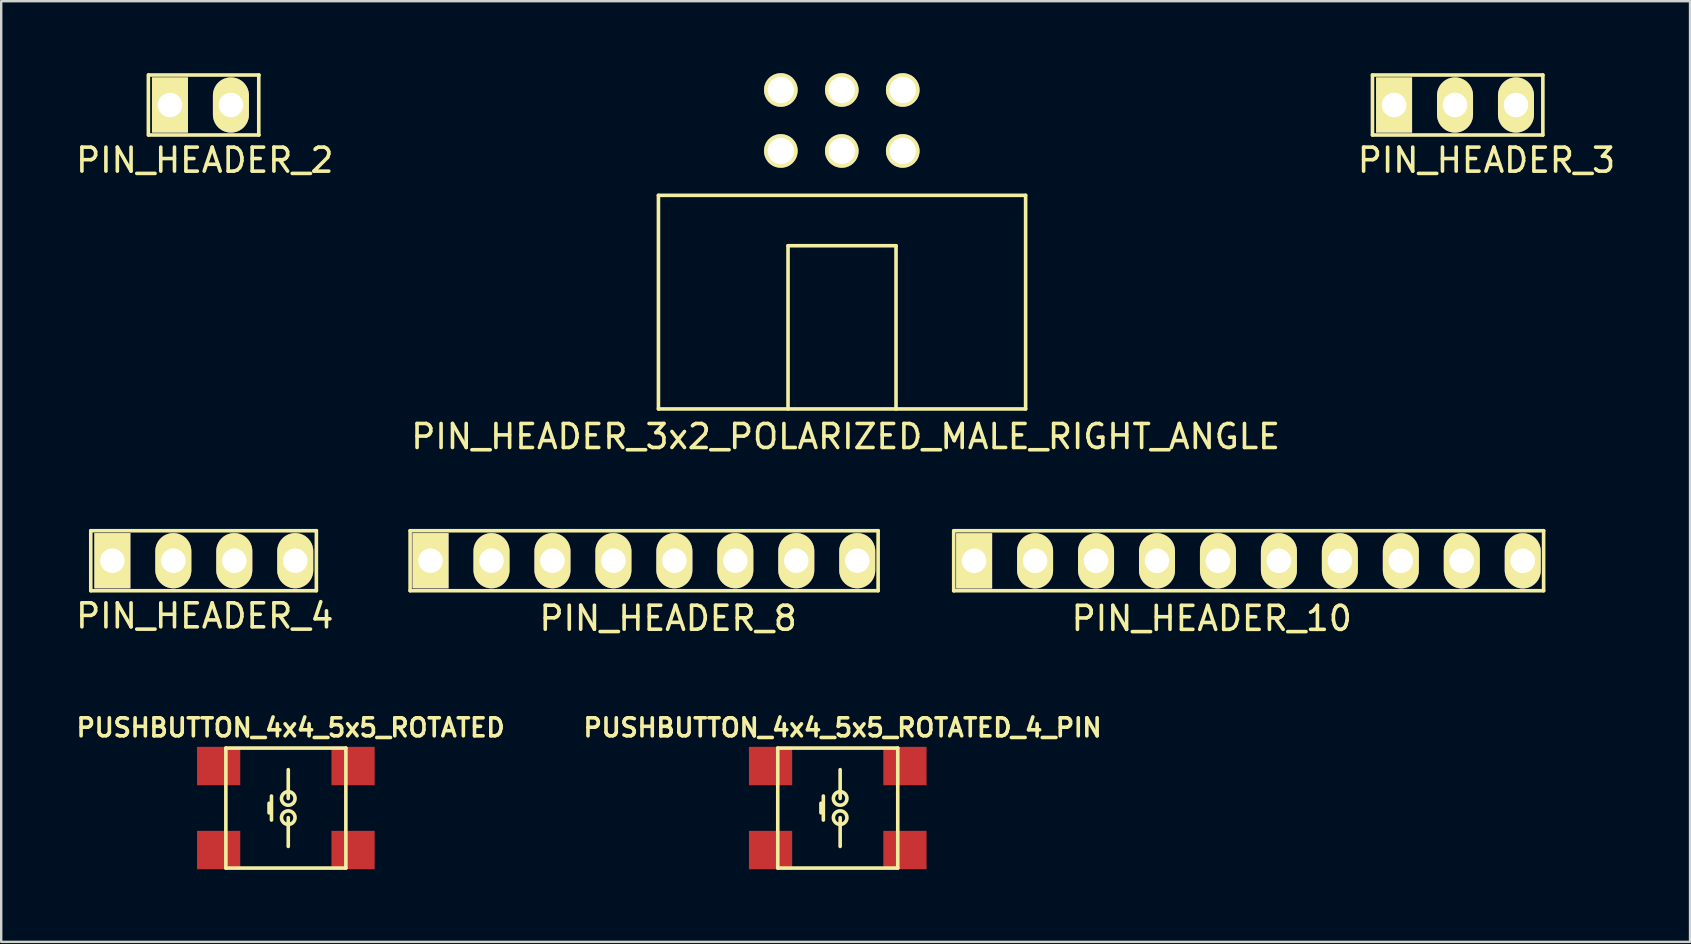
<source format=kicad_pcb>
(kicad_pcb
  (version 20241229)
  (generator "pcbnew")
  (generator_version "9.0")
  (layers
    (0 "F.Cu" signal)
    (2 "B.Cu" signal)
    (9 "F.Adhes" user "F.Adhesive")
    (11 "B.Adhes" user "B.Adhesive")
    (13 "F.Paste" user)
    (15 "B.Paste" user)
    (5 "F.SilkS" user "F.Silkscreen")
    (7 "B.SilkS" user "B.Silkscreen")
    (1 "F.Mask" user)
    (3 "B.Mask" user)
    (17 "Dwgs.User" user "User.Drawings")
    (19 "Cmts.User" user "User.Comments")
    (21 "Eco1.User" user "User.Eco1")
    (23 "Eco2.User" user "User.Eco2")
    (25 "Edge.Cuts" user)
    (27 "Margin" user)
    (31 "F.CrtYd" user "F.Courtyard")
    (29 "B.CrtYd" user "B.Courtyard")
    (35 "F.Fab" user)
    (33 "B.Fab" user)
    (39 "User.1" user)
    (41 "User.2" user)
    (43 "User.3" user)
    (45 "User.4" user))
  (footprint "PIN_HEADER_2"
    (layer "F.Cu")
    (at 1.632 1.325)
    (property "Reference" "PIN_HEADER_2" (at 3.85 2.3 0) (layer "F.SilkS") (effects (font (size 1 1) (thickness 0.15))))
    (attr through_hole)
    (fp_line (start 1.5 -1.25) (end 1.5 1.25) (stroke (width 0.15) (type solid)) (layer "F.SilkS"))
    (fp_line (start 1.51 1.25) (end 6.11 1.25) (stroke (width 0.15) (type solid)) (layer "F.SilkS"))
    (fp_line (start 6.1 1.25) (end 6.1 -1.25) (stroke (width 0.15) (type solid)) (layer "F.SilkS"))
    (fp_line (start 6.11 -1.25) (end 1.51 -1.25) (stroke (width 0.15) (type solid)) (layer "F.SilkS"))
    (pad "1" thru_hole rect (at 2.4 0) (size 1.5 2.3) (drill 1.02) (layers "*.Cu" "*.Mask" "F.SilkS"))
    (pad "2" thru_hole oval (at 4.94 0) (size 1.5 2.3) (drill 1.02) (layers "*.Cu" "*.Mask" "F.SilkS")))
  (footprint "PUSHBUTTON_4x4_5x5_ROTATED_4_PIN"
    (layer "F.Cu")
    (at 31.857 30.619)
    (property "Reference" "PUSHBUTTON_4x4_5x5_ROTATED_4_PIN" (at 0.2 -3.35 0) (layer "F.SilkS") (effects (font (size 0.75 0.75) (thickness 0.15))))
    (attr through_hole)
    (fp_line (start -2.5 -2.5) (end -2.5 2.5) (stroke (width 0.15) (type solid)) (layer "F.SilkS"))
    (fp_line (start -2.5 2.5) (end 2.5 2.5) (stroke (width 0.15) (type solid)) (layer "F.SilkS"))
    (fp_line (start -0.7 0.2) (end -0.7 -0.2) (stroke (width 0.15) (type solid)) (layer "F.SilkS"))
    (fp_line (start -0.6 0.5) (end -0.6 -0.5) (stroke (width 0.15) (type solid)) (layer "F.SilkS"))
    (fp_line (start 0.1 -0.4) (end 0.1 -1.6) (stroke (width 0.15) (type solid)) (layer "F.SilkS"))
    (fp_line (start 0.1 1.6) (end 0.1 0.4) (stroke (width 0.15) (type solid)) (layer "F.SilkS"))
    (fp_line (start 2.5 -2.5) (end -2.5 -2.5) (stroke (width 0.15) (type solid)) (layer "F.SilkS"))
    (fp_line (start 2.5 2.5) (end 2.5 -2.5) (stroke (width 0.15) (type solid)) (layer "F.SilkS"))
    (fp_circle (center 0.1 -0.4) (end 0.3 -0.6) (stroke (width 0.15) (type solid)) (fill no) (layer "F.SilkS"))
    (fp_circle (center 0.1 0.4) (end 0.3 0.2) (stroke (width 0.15) (type solid)) (fill no) (layer "F.SilkS"))
    (pad "1" smd rect (at -2.8 1.75) (size 1.8 1.6) (layers "F.Cu" "F.Mask" "F.Paste"))
    (pad "2" smd rect (at 2.8 1.75) (size 1.8 1.6) (layers "F.Cu" "F.Mask" "F.Paste"))
    (pad "3" smd rect (at 2.8 -1.75) (size 1.8 1.6) (layers "F.Cu" "F.Mask" "F.Paste"))
    (pad "4" smd rect (at -2.8 -1.75) (size 1.8 1.6) (layers "F.Cu" "F.Mask" "F.Paste")))
  (footprint "PIN_HEADER_3x2_POLARIZED_MALE_RIGHT_ANGLE"
    (layer "F.Cu")
    (at 29.485 3.24)
    (property "Reference" "PIN_HEADER_3x2_POLARIZED_MALE_RIGHT_ANGLE" (at 2.7 11.9 0) (layer "F.SilkS") (effects (font (size 1 1) (thickness 0.15))))
    (attr through_hole)
    (fp_line (start -5.1 1.85) (end -5.1 10.75) (stroke (width 0.15) (type solid)) (layer "F.SilkS"))
    (fp_line (start -5.1 10.75) (end 10.2 10.75) (stroke (width 0.15) (type solid)) (layer "F.SilkS"))
    (fp_line (start 0.3 3.95) (end 0.3 10.75) (stroke (width 0.15) (type solid)) (layer "F.SilkS"))
    (fp_line (start 0.3 3.95) (end 4.8 3.95) (stroke (width 0.15) (type solid)) (layer "F.SilkS"))
    (fp_line (start 4.8 3.95) (end 4.8 10.75) (stroke (width 0.15) (type solid)) (layer "F.SilkS"))
    (fp_line (start 10.2 1.85) (end -5.1 1.85) (stroke (width 0.15) (type solid)) (layer "F.SilkS"))
    (fp_line (start 10.2 10.75) (end 10.2 1.85) (stroke (width 0.15) (type solid)) (layer "F.SilkS"))
    (pad "1" thru_hole circle (at 5.08 -2.54) (size 1.4 1.4) (drill 1.1) (layers "*.Cu" "*.Mask" "F.SilkS"))
    (pad "2" thru_hole circle (at 5.08 0) (size 1.4 1.4) (drill 1.1) (layers "*.Cu" "*.Mask" "F.SilkS"))
    (pad "3" thru_hole circle (at 2.54 -2.54) (size 1.4 1.4) (drill 1.1) (layers "*.Cu" "*.Mask" "F.SilkS"))
    (pad "4" thru_hole circle (at 2.54 0) (size 1.4 1.4) (drill 1.1) (layers "*.Cu" "*.Mask" "F.SilkS"))
    (pad "5" thru_hole circle (at 0 -2.54) (size 1.4 1.4) (drill 1.1) (layers "*.Cu" "*.Mask" "F.SilkS"))
    (pad "6" thru_hole circle (at 0 0) (size 1.4 1.4) (drill 1.1) (layers "*.Cu" "*.Mask" "F.SilkS")))
  (footprint "PIN_HEADER_10"
    (layer "F.Cu")
    (at 37.539 20.318)
    (property "Reference" "PIN_HEADER_10" (at 9.9 2.4 0) (layer "F.SilkS") (effects (font (size 1 1) (thickness 0.15))))
    (attr through_hole)
    (fp_line (start -0.85 -1.25) (end -0.85 1.25) (stroke (width 0.15) (type solid)) (layer "F.SilkS"))
    (fp_line (start -0.85 1.245) (end 23.73 1.245) (stroke (width 0.15) (type solid)) (layer "F.SilkS"))
    (fp_line (start 23.73 -1.255) (end -0.85 -1.255) (stroke (width 0.15) (type solid)) (layer "F.SilkS"))
    (fp_line (start 23.73 1.245) (end 23.73 -1.255) (stroke (width 0.15) (type solid)) (layer "F.SilkS"))
    (pad "1" thru_hole rect (at 0 0) (size 1.5 2.3) (drill 1.02) (layers "*.Cu" "*.Mask" "F.SilkS"))
    (pad "2" thru_hole oval (at 2.54 0) (size 1.5 2.3) (drill 1.02) (layers "*.Cu" "*.Mask" "F.SilkS"))
    (pad "3" thru_hole oval (at 5.08 0) (size 1.5 2.3) (drill 1.02) (layers "*.Cu" "*.Mask" "F.SilkS"))
    (pad "4" thru_hole oval (at 7.62 0) (size 1.5 2.3) (drill 1.02) (layers "*.Cu" "*.Mask" "F.SilkS"))
    (pad "5" thru_hole oval (at 10.16 0) (size 1.5 2.3) (drill 1.02) (layers "*.Cu" "*.Mask" "F.SilkS"))
    (pad "6" thru_hole oval (at 12.7 0) (size 1.5 2.3) (drill 1.02) (layers "*.Cu" "*.Mask" "F.SilkS"))
    (pad "7" thru_hole oval (at 15.24 0) (size 1.5 2.3) (drill 1.02) (layers "*.Cu" "*.Mask" "F.SilkS"))
    (pad "8" thru_hole oval (at 17.78 0) (size 1.5 2.3) (drill 1.02) (layers "*.Cu" "*.Mask" "F.SilkS"))
    (pad "9" thru_hole oval (at 20.32 0) (size 1.5 2.3) (drill 1.02) (layers "*.Cu" "*.Mask" "F.SilkS"))
    (pad "10" thru_hole oval (at 22.86 0) (size 1.5 2.3) (drill 1.02) (layers "*.Cu" "*.Mask" "F.SilkS")))
  (footprint "PIN_HEADER_4"
    (layer "F.Cu")
    (at 1.632 20.313)
    (property "Reference" "PIN_HEADER_4" (at 3.85 2.3 0) (layer "F.SilkS") (effects (font (size 1 1) (thickness 0.15))))
    (attr through_hole)
    (fp_line (start -0.9 -1.25) (end -0.9 1.25) (stroke (width 0.15) (type solid)) (layer "F.SilkS"))
    (fp_line (start -0.9 1.25) (end 8.5 1.25) (stroke (width 0.15) (type solid)) (layer "F.SilkS"))
    (fp_line (start 8.5 -1.25) (end -0.9 -1.25) (stroke (width 0.15) (type solid)) (layer "F.SilkS"))
    (fp_line (start 8.5 1.25) (end 8.5 -1.25) (stroke (width 0.15) (type solid)) (layer "F.SilkS"))
    (pad "1" thru_hole rect (at 0 0) (size 1.5 2.3) (drill 1.02) (layers "*.Cu" "*.Mask" "F.SilkS"))
    (pad "2" thru_hole oval (at 2.54 0) (size 1.5 2.3) (drill 1.02) (layers "*.Cu" "*.Mask" "F.SilkS"))
    (pad "3" thru_hole oval (at 5.08 0) (size 1.5 2.3) (drill 1.02) (layers "*.Cu" "*.Mask" "F.SilkS"))
    (pad "4" thru_hole oval (at 7.62 0) (size 1.5 2.3) (drill 1.02) (layers "*.Cu" "*.Mask" "F.SilkS")))
  (footprint "PUSHBUTTON_4x4_5x5_ROTATED"
    (layer "F.Cu")
    (at 8.861 30.619)
    (property "Reference" "PUSHBUTTON_4x4_5x5_ROTATED" (at 0.2 -3.35 0) (layer "F.SilkS") (effects (font (size 0.75 0.75) (thickness 0.15))))
    (attr through_hole)
    (fp_line (start -2.5 -2.5) (end -2.5 2.5) (stroke (width 0.15) (type solid)) (layer "F.SilkS"))
    (fp_line (start -2.5 2.5) (end 2.5 2.5) (stroke (width 0.15) (type solid)) (layer "F.SilkS"))
    (fp_line (start -0.7 0.2) (end -0.7 -0.2) (stroke (width 0.15) (type solid)) (layer "F.SilkS"))
    (fp_line (start -0.6 0.5) (end -0.6 -0.5) (stroke (width 0.15) (type solid)) (layer "F.SilkS"))
    (fp_line (start 0.1 -0.4) (end 0.1 -1.6) (stroke (width 0.15) (type solid)) (layer "F.SilkS"))
    (fp_line (start 0.1 1.6) (end 0.1 0.4) (stroke (width 0.15) (type solid)) (layer "F.SilkS"))
    (fp_line (start 2.5 -2.5) (end -2.5 -2.5) (stroke (width 0.15) (type solid)) (layer "F.SilkS"))
    (fp_line (start 2.5 2.5) (end 2.5 -2.5) (stroke (width 0.15) (type solid)) (layer "F.SilkS"))
    (fp_circle (center 0.1 -0.4) (end 0.3 -0.6) (stroke (width 0.15) (type solid)) (fill no) (layer "F.SilkS"))
    (fp_circle (center 0.1 0.4) (end 0.3 0.2) (stroke (width 0.15) (type solid)) (fill no) (layer "F.SilkS"))
    (pad "1" smd rect (at -2.8 1.75) (size 1.8 1.6) (layers "F.Cu" "F.Mask" "F.Paste"))
    (pad "1" smd rect (at 2.8 1.75) (size 1.8 1.6) (layers "F.Cu" "F.Mask" "F.Paste"))
    (pad "2" smd rect (at -2.8 -1.75) (size 1.8 1.6) (layers "F.Cu" "F.Mask" "F.Paste"))
    (pad "2" smd rect (at 2.8 -1.75) (size 1.8 1.6) (layers "F.Cu" "F.Mask" "F.Paste")))
  (footprint "PIN_HEADER_8"
    (layer "F.Cu")
    (at 14.889 20.313)
    (property "Reference" "PIN_HEADER_8" (at 9.9 2.4 0) (layer "F.SilkS") (effects (font (size 1 1) (thickness 0.15))))
    (attr through_hole)
    (fp_line (start -0.85 -1.25) (end -0.85 1.25) (stroke (width 0.15) (type solid)) (layer "F.SilkS"))
    (fp_line (start -0.85 1.25) (end 18.65 1.25) (stroke (width 0.15) (type solid)) (layer "F.SilkS"))
    (fp_line (start 18.65 -1.25) (end -0.85 -1.25) (stroke (width 0.15) (type solid)) (layer "F.SilkS"))
    (fp_line (start 18.65 1.25) (end 18.65 -1.25) (stroke (width 0.15) (type solid)) (layer "F.SilkS"))
    (pad "1" thru_hole rect (at 0 0) (size 1.5 2.3) (drill 1.02) (layers "*.Cu" "*.Mask" "F.SilkS"))
    (pad "2" thru_hole oval (at 2.54 0) (size 1.5 2.3) (drill 1.02) (layers "*.Cu" "*.Mask" "F.SilkS"))
    (pad "3" thru_hole oval (at 5.08 0) (size 1.5 2.3) (drill 1.02) (layers "*.Cu" "*.Mask" "F.SilkS"))
    (pad "4" thru_hole oval (at 7.62 0) (size 1.5 2.3) (drill 1.02) (layers "*.Cu" "*.Mask" "F.SilkS"))
    (pad "5" thru_hole oval (at 10.16 0) (size 1.5 2.3) (drill 1.02) (layers "*.Cu" "*.Mask" "F.SilkS"))
    (pad "6" thru_hole oval (at 12.7 0) (size 1.5 2.3) (drill 1.02) (layers "*.Cu" "*.Mask" "F.SilkS"))
    (pad "7" thru_hole oval (at 15.24 0) (size 1.5 2.3) (drill 1.02) (layers "*.Cu" "*.Mask" "F.SilkS"))
    (pad "8" thru_hole oval (at 17.78 0) (size 1.5 2.3) (drill 1.02) (layers "*.Cu" "*.Mask" "F.SilkS")))
  (footprint "PIN_HEADER_3"
    (layer "F.Cu")
    (at 55.037 1.325)
    (property "Reference" "PIN_HEADER_3" (at 3.85 2.3 0) (layer "F.SilkS") (effects (font (size 1 1) (thickness 0.15))))
    (attr through_hole)
    (fp_line (start -0.9 -1.25) (end -0.9 1.25) (stroke (width 0.15) (type solid)) (layer "F.SilkS"))
    (fp_line (start -0.9 1.25) (end 6.2 1.25) (stroke (width 0.15) (type solid)) (layer "F.SilkS"))
    (fp_line (start 6.2 -1.25) (end -0.9 -1.25) (stroke (width 0.15) (type solid)) (layer "F.SilkS"))
    (fp_line (start 6.2 1.25) (end 6.2 -1.25) (stroke (width 0.15) (type solid)) (layer "F.SilkS"))
    (pad "1" thru_hole rect (at 0 0) (size 1.5 2.3) (drill 1.02) (layers "*.Cu" "*.Mask" "F.SilkS"))
    (pad "2" thru_hole oval (at 2.54 0) (size 1.5 2.3) (drill 1.02) (layers "*.Cu" "*.Mask" "F.SilkS"))
    (pad "3" thru_hole oval (at 5.08 0) (size 1.5 2.3) (drill 1.02) (layers "*.Cu" "*.Mask" "F.SilkS")))
  (gr_rect
    (start -3 -3)
    (end 67.369 36.194)
    (stroke (width 0.1) (type default))
    (fill no)
    (layer "Edge.Cuts")))
</source>
